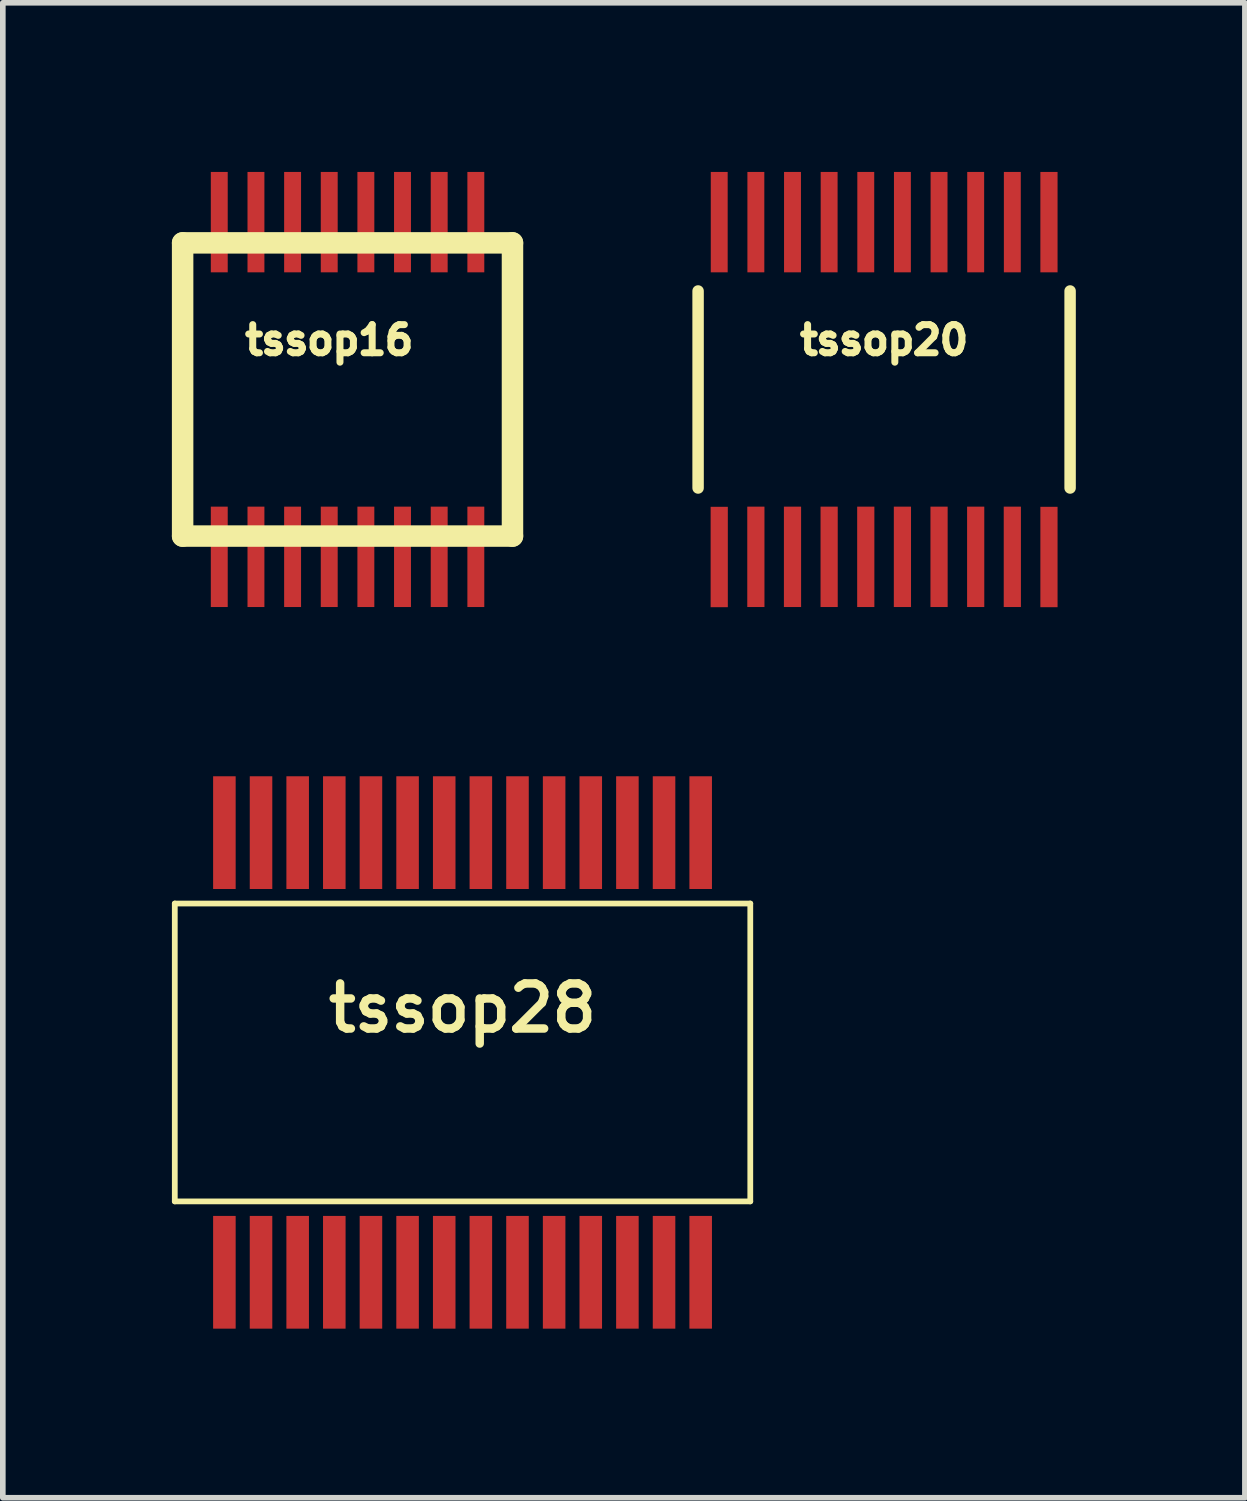
<source format=kicad_pcb>
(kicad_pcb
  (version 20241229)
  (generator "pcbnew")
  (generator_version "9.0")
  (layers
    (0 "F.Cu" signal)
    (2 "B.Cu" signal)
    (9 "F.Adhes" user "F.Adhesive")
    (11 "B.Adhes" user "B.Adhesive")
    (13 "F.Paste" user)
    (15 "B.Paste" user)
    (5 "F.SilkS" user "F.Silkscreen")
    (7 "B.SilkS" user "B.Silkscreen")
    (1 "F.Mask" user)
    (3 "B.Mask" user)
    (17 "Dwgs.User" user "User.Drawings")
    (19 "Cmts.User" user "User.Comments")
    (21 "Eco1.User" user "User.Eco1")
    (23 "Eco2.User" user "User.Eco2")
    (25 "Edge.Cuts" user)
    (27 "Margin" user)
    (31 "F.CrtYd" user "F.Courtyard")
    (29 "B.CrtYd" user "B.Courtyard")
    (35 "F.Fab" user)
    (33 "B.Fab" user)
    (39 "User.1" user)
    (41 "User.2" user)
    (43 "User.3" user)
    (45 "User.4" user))
  (footprint "tssop16"
    (layer "F.Cu")
    (at 2.791 3.86)
    (property "Reference" "tssop16" (at 0 -0.876 0) (layer "F.SilkS") (effects (font (size 0.5 0.5) (thickness 0.124))))
    (attr through_hole)
    (fp_line (start -2.601 -2.601) (end -2.601 2.601) (stroke (width 0.381) (type solid)) (layer "F.SilkS"))
    (fp_line (start -2.601 2.601) (end 3.251 2.601) (stroke (width 0.381) (type solid)) (layer "F.SilkS"))
    (fp_line (start 3.251 -2.601) (end -2.601 -2.601) (stroke (width 0.381) (type solid)) (layer "F.SilkS"))
    (fp_line (start 3.251 2.601) (end 3.251 -2.601) (stroke (width 0.381) (type solid)) (layer "F.SilkS"))
    (pad "1" smd rect (at -1.951 2.969) (size 0.3 1.781) (layers "F.Cu" "F.Mask" "F.Paste"))
    (pad "2" smd rect (at -1.3 2.969) (size 0.3 1.781) (layers "F.Cu" "F.Mask" "F.Paste"))
    (pad "3" smd rect (at -0.65 2.969) (size 0.3 1.781) (layers "F.Cu" "F.Mask" "F.Paste"))
    (pad "4" smd rect (at 0 2.969) (size 0.3 1.781) (layers "F.Cu" "F.Mask" "F.Paste"))
    (pad "5" smd rect (at 0.65 2.969) (size 0.3 1.781) (layers "F.Cu" "F.Mask" "F.Paste"))
    (pad "6" smd rect (at 1.3 2.969) (size 0.3 1.781) (layers "F.Cu" "F.Mask" "F.Paste"))
    (pad "7" smd rect (at 1.951 2.969) (size 0.3 1.781) (layers "F.Cu" "F.Mask" "F.Paste"))
    (pad "8" smd rect (at 2.601 2.969) (size 0.3 1.781) (layers "F.Cu" "F.Mask" "F.Paste"))
    (pad "9" smd rect (at 2.601 -2.969) (size 0.3 1.781) (layers "F.Cu" "F.Mask" "F.Paste"))
    (pad "10" smd rect (at 1.951 -2.969) (size 0.3 1.781) (layers "F.Cu" "F.Mask" "F.Paste"))
    (pad "11" smd rect (at 1.3 -2.969) (size 0.3 1.781) (layers "F.Cu" "F.Mask" "F.Paste"))
    (pad "12" smd rect (at 0.65 -2.969) (size 0.3 1.781) (layers "F.Cu" "F.Mask" "F.Paste"))
    (pad "13" smd rect (at 0 -2.969) (size 0.3 1.781) (layers "F.Cu" "F.Mask" "F.Paste"))
    (pad "14" smd rect (at -0.65 -2.969) (size 0.3 1.781) (layers "F.Cu" "F.Mask" "F.Paste"))
    (pad "15" smd rect (at -1.3 -2.969) (size 0.3 1.781) (layers "F.Cu" "F.Mask" "F.Paste"))
    (pad "16" smd rect (at -1.951 -2.969) (size 0.3 1.781) (layers "F.Cu" "F.Mask" "F.Paste")))
  (footprint "tssop20"
    (layer "F.Cu")
    (at 12.635 3.86)
    (property "Reference" "tssop20" (at 0 -0.876 0) (layer "F.SilkS") (effects (font (size 0.5 0.5) (thickness 0.124))))
    (attr through_hole)
    (fp_line (start -3.3 -1.748) (end -3.3 1.748) (stroke (width 0.203) (type solid)) (layer "F.SilkS"))
    (fp_line (start 3.3 1.748) (end 3.3 -1.748) (stroke (width 0.203) (type solid)) (layer "F.SilkS"))
    (pad "1" smd rect (at -2.925 2.972) (size 0.305 1.781) (layers "F.Cu" "F.Mask" "F.Paste"))
    (pad "2" smd rect (at -2.275 2.969) (size 0.305 1.781) (layers "F.Cu" "F.Mask" "F.Paste"))
    (pad "3" smd rect (at -1.625 2.969) (size 0.305 1.781) (layers "F.Cu" "F.Mask" "F.Paste"))
    (pad "4" smd rect (at -0.975 2.969) (size 0.305 1.781) (layers "F.Cu" "F.Mask" "F.Paste"))
    (pad "5" smd rect (at -0.325 2.969) (size 0.305 1.781) (layers "F.Cu" "F.Mask" "F.Paste"))
    (pad "6" smd rect (at 0.325 2.969) (size 0.305 1.781) (layers "F.Cu" "F.Mask" "F.Paste"))
    (pad "7" smd rect (at 0.975 2.969) (size 0.305 1.781) (layers "F.Cu" "F.Mask" "F.Paste"))
    (pad "8" smd rect (at 1.625 2.969) (size 0.305 1.781) (layers "F.Cu" "F.Mask" "F.Paste"))
    (pad "9" smd rect (at 2.275 2.969) (size 0.305 1.781) (layers "F.Cu" "F.Mask" "F.Paste"))
    (pad "10" smd rect (at 2.925 2.972) (size 0.305 1.781) (layers "F.Cu" "F.Mask" "F.Paste"))
    (pad "11" smd rect (at 2.925 -2.969) (size 0.305 1.781) (layers "F.Cu" "F.Mask" "F.Paste"))
    (pad "12" smd rect (at 2.275 -2.969) (size 0.3 1.781) (layers "F.Cu" "F.Mask" "F.Paste"))
    (pad "13" smd rect (at 1.625 -2.969) (size 0.3 1.781) (layers "F.Cu" "F.Mask" "F.Paste"))
    (pad "14" smd rect (at 0.975 -2.969) (size 0.3 1.781) (layers "F.Cu" "F.Mask" "F.Paste"))
    (pad "15" smd rect (at 0.325 -2.969) (size 0.3 1.781) (layers "F.Cu" "F.Mask" "F.Paste"))
    (pad "16" smd rect (at -0.325 -2.969) (size 0.3 1.781) (layers "F.Cu" "F.Mask" "F.Paste"))
    (pad "17" smd rect (at -0.975 -2.969) (size 0.3 1.781) (layers "F.Cu" "F.Mask" "F.Paste"))
    (pad "18" smd rect (at -1.625 -2.969) (size 0.3 1.781) (layers "F.Cu" "F.Mask" "F.Paste"))
    (pad "19" smd rect (at -2.275 -2.969) (size 0.3 1.781) (layers "F.Cu" "F.Mask" "F.Paste"))
    (pad "20" smd rect (at -2.925 -2.969) (size 0.3 1.781) (layers "F.Cu" "F.Mask" "F.Paste")))
  (footprint "tssop28"
    (layer "F.Cu")
    (at 5.156 15.622)
    (property "Reference" "tssop28" (at 0 -0.787 0) (layer "F.SilkS") (effects (font (size 0.8 0.8) (thickness 0.15))))
    (attr through_hole)
    (fp_line (start -5.105 -2.642) (end 5.105 -2.642) (stroke (width 0.102) (type solid)) (layer "F.SilkS"))
    (fp_line (start -5.105 2.642) (end -5.105 -2.642) (stroke (width 0.102) (type solid)) (layer "F.SilkS"))
    (fp_line (start 5.105 -2.642) (end 5.105 2.642) (stroke (width 0.102) (type solid)) (layer "F.SilkS"))
    (fp_line (start 5.105 2.642) (end -5.105 2.642) (stroke (width 0.102) (type solid)) (layer "F.SilkS"))
    (pad "1" smd rect (at -4.225 3.9) (size 0.4 2) (layers "F.Cu" "F.Mask" "F.Paste"))
    (pad "2" smd rect (at -3.575 3.9) (size 0.4 2) (layers "F.Cu" "F.Mask" "F.Paste"))
    (pad "3" smd rect (at -2.925 3.9) (size 0.4 2) (layers "F.Cu" "F.Mask" "F.Paste"))
    (pad "4" smd rect (at -2.275 3.9) (size 0.4 2) (layers "F.Cu" "F.Mask" "F.Paste"))
    (pad "5" smd rect (at -1.625 3.9) (size 0.4 2) (layers "F.Cu" "F.Mask" "F.Paste"))
    (pad "6" smd rect (at -0.975 3.9) (size 0.4 2) (layers "F.Cu" "F.Mask" "F.Paste"))
    (pad "7" smd rect (at -0.325 3.9) (size 0.4 2) (layers "F.Cu" "F.Mask" "F.Paste"))
    (pad "8" smd rect (at 0.325 3.9) (size 0.4 2) (layers "F.Cu" "F.Mask" "F.Paste"))
    (pad "9" smd rect (at 0.975 3.9) (size 0.4 2) (layers "F.Cu" "F.Mask" "F.Paste"))
    (pad "10" smd rect (at 1.625 3.9) (size 0.4 2) (layers "F.Cu" "F.Mask" "F.Paste"))
    (pad "11" smd rect (at 2.275 3.9) (size 0.4 2) (layers "F.Cu" "F.Mask" "F.Paste"))
    (pad "12" smd rect (at 2.925 3.9) (size 0.4 2) (layers "F.Cu" "F.Mask" "F.Paste"))
    (pad "13" smd rect (at 3.575 3.9) (size 0.4 2) (layers "F.Cu" "F.Mask" "F.Paste"))
    (pad "14" smd rect (at 4.225 3.9) (size 0.4 2) (layers "F.Cu" "F.Mask" "F.Paste"))
    (pad "15" smd rect (at 4.225 -3.9) (size 0.4 2) (layers "F.Cu" "F.Mask" "F.Paste"))
    (pad "16" smd rect (at 3.575 -3.9) (size 0.4 2) (layers "F.Cu" "F.Mask" "F.Paste"))
    (pad "17" smd rect (at 2.925 -3.9) (size 0.4 2) (layers "F.Cu" "F.Mask" "F.Paste"))
    (pad "18" smd rect (at 2.275 -3.9) (size 0.4 2) (layers "F.Cu" "F.Mask" "F.Paste"))
    (pad "19" smd rect (at 1.625 -3.9) (size 0.4 2) (layers "F.Cu" "F.Mask" "F.Paste"))
    (pad "20" smd rect (at 0.975 -3.9) (size 0.4 2) (layers "F.Cu" "F.Mask" "F.Paste"))
    (pad "21" smd rect (at 0.325 -3.9) (size 0.4 2) (layers "F.Cu" "F.Mask" "F.Paste"))
    (pad "22" smd rect (at -0.325 -3.9) (size 0.4 2) (layers "F.Cu" "F.Mask" "F.Paste"))
    (pad "23" smd rect (at -0.975 -3.9) (size 0.4 2) (layers "F.Cu" "F.Mask" "F.Paste"))
    (pad "24" smd rect (at -1.625 -3.9) (size 0.4 2) (layers "F.Cu" "F.Mask" "F.Paste"))
    (pad "25" smd rect (at -2.275 -3.9) (size 0.4 2) (layers "F.Cu" "F.Mask" "F.Paste"))
    (pad "26" smd rect (at -2.925 -3.9) (size 0.4 2) (layers "F.Cu" "F.Mask" "F.Paste"))
    (pad "27" smd rect (at -3.575 -3.9) (size 0.4 2) (layers "F.Cu" "F.Mask" "F.Paste"))
    (pad "28" smd rect (at -4.225 -3.9) (size 0.4 2) (layers "F.Cu" "F.Mask" "F.Paste")))
  (gr_rect
    (start -3 -3)
    (end 19.036 23.522)
    (stroke (width 0.1) (type default))
    (fill no)
    (layer "Edge.Cuts")))
</source>
